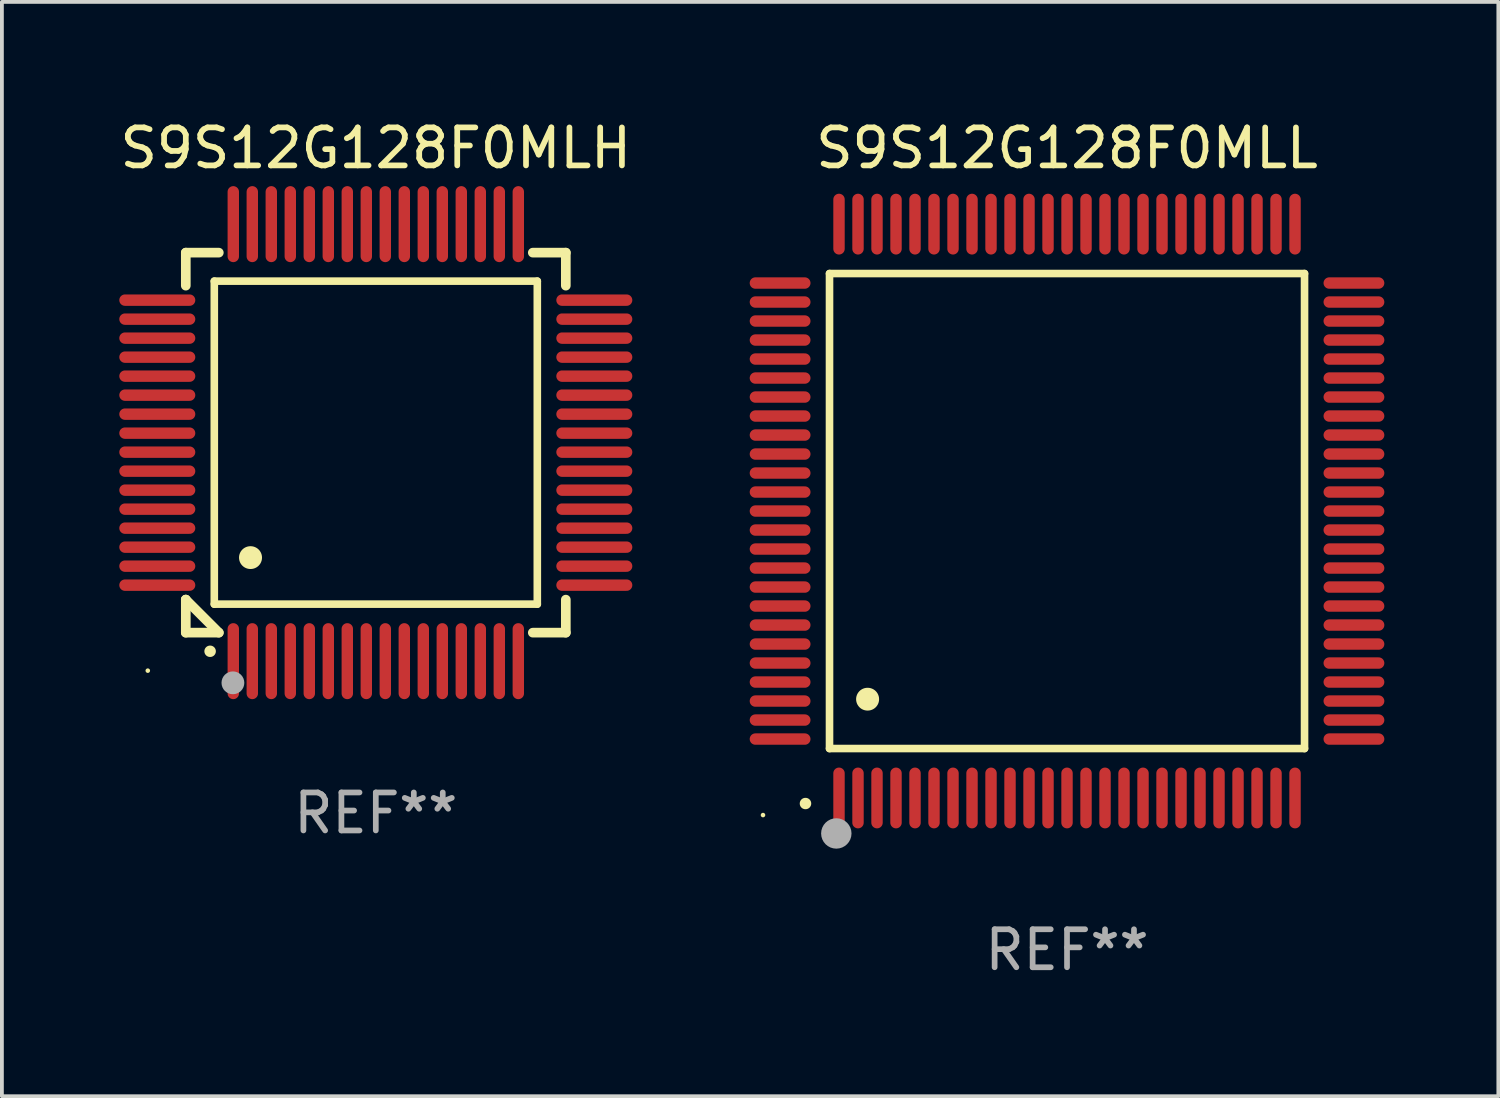
<source format=kicad_pcb>
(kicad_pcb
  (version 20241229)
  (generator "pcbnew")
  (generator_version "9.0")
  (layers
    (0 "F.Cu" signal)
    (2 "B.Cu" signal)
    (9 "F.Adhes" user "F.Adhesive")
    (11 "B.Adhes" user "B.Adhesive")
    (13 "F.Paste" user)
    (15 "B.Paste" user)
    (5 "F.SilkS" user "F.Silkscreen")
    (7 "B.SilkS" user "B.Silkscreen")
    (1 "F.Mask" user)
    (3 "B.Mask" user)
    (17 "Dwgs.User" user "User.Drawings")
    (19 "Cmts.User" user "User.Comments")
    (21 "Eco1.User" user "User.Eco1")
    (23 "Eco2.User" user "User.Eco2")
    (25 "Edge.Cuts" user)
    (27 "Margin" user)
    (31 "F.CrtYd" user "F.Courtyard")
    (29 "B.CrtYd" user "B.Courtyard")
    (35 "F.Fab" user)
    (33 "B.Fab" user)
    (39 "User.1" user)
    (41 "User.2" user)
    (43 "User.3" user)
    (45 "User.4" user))
  (footprint "S9S12G128F0MLH"
    (layer "F.Cu")
    (at 6.839 8.598)
    (property "Reference" "S9S12G128F0MLH" (at 0 -7.75 0) (layer "F.SilkS") (effects (font (size 1 1) (thickness 0.15))))
    (attr through_hole)
    (fp_line (start -5 -5) (end -4.131 -5) (stroke (width 0.254) (type solid)) (layer "F.SilkS"))
    (fp_line (start -5 -4.131) (end -5 -5) (stroke (width 0.254) (type solid)) (layer "F.SilkS"))
    (fp_line (start -5 4.131) (end -5 4.131) (stroke (width 0.254) (type solid)) (layer "F.SilkS"))
    (fp_line (start -5 5) (end -5 4.131) (stroke (width 0.254) (type solid)) (layer "F.SilkS"))
    (fp_line (start -5 4.131) (end -4.131 5) (stroke (width 0.254) (type solid)) (layer "F.SilkS"))
    (fp_line (start -4.25 -4.25) (end -4.25 4.25) (stroke (width 0.2) (type solid)) (layer "F.SilkS"))
    (fp_line (start -4.25 4.25) (end 4.25 4.25) (stroke (width 0.2) (type solid)) (layer "F.SilkS"))
    (fp_line (start -4.131 5) (end -5 5) (stroke (width 0.254) (type solid)) (layer "F.SilkS"))
    (fp_line (start 4.25 -4.25) (end -4.25 -4.25) (stroke (width 0.2) (type solid)) (layer "F.SilkS"))
    (fp_line (start 4.25 4.25) (end 4.25 -4.25) (stroke (width 0.2) (type solid)) (layer "F.SilkS"))
    (fp_line (start 5 -5) (end 4.131 -5) (stroke (width 0.254) (type solid)) (layer "F.SilkS"))
    (fp_line (start 5 -5) (end 5 -4.131) (stroke (width 0.254) (type solid)) (layer "F.SilkS"))
    (fp_line (start 5 4.131) (end 5 5) (stroke (width 0.254) (type solid)) (layer "F.SilkS"))
    (fp_line (start 5 5) (end 4.131 5) (stroke (width 0.254) (type solid)) (layer "F.SilkS"))
    (fp_arc (start -4.361265 5.489992) (mid -4.359995 5.489987) (end -4.358725 5.489992) (stroke (width 0.3) (type solid)) (layer "F.SilkS"))
    (fp_arc (start -3.299467 3.025146) (mid -3.296927 3.025135) (end -3.294387 3.025146) (stroke (width 0.6) (type solid)) (layer "F.SilkS"))
    (fp_circle (center -6 6) (end -5.97 6) (stroke (width 0.06) (type solid)) (fill no) (layer "F.SilkS"))
    (fp_circle (center -3.76 6.32) (end -3.61 6.32) (stroke (width 0.3) (type solid)) (fill no) (layer "F.Fab"))
    (fp_text user "REF**" (at 0 9.75 0) (layer "F.Fab") (effects (font (size 1 1) (thickness 0.15))))
    (pad "1" smd oval (at -3.75 5.75) (size 0.3 2) (layers "F.Cu" "F.Mask" "F.Paste"))
    (pad "2" smd oval (at -3.25 5.75) (size 0.3 2) (layers "F.Cu" "F.Mask" "F.Paste"))
    (pad "3" smd oval (at -2.75 5.75) (size 0.3 2) (layers "F.Cu" "F.Mask" "F.Paste"))
    (pad "4" smd oval (at -2.25 5.75) (size 0.3 2) (layers "F.Cu" "F.Mask" "F.Paste"))
    (pad "5" smd oval (at -1.75 5.75) (size 0.3 2) (layers "F.Cu" "F.Mask" "F.Paste"))
    (pad "6" smd oval (at -1.25 5.75) (size 0.3 2) (layers "F.Cu" "F.Mask" "F.Paste"))
    (pad "7" smd oval (at -0.75 5.75) (size 0.3 2) (layers "F.Cu" "F.Mask" "F.Paste"))
    (pad "8" smd oval (at -0.25 5.75) (size 0.3 2) (layers "F.Cu" "F.Mask" "F.Paste"))
    (pad "9" smd oval (at 0.25 5.75) (size 0.3 2) (layers "F.Cu" "F.Mask" "F.Paste"))
    (pad "10" smd oval (at 0.75 5.75) (size 0.3 2) (layers "F.Cu" "F.Mask" "F.Paste"))
    (pad "11" smd oval (at 1.25 5.75) (size 0.3 2) (layers "F.Cu" "F.Mask" "F.Paste"))
    (pad "12" smd oval (at 1.75 5.75) (size 0.3 2) (layers "F.Cu" "F.Mask" "F.Paste"))
    (pad "13" smd oval (at 2.25 5.75) (size 0.3 2) (layers "F.Cu" "F.Mask" "F.Paste"))
    (pad "14" smd oval (at 2.75 5.75) (size 0.3 2) (layers "F.Cu" "F.Mask" "F.Paste"))
    (pad "15" smd oval (at 3.25 5.75) (size 0.3 2) (layers "F.Cu" "F.Mask" "F.Paste"))
    (pad "16" smd oval (at 3.75 5.75) (size 0.3 2) (layers "F.Cu" "F.Mask" "F.Paste"))
    (pad "17" smd oval (at 5.75 3.75) (size 2 0.3) (layers "F.Cu" "F.Mask" "F.Paste"))
    (pad "18" smd oval (at 5.75 3.25) (size 2 0.3) (layers "F.Cu" "F.Mask" "F.Paste"))
    (pad "19" smd oval (at 5.75 2.75) (size 2 0.3) (layers "F.Cu" "F.Mask" "F.Paste"))
    (pad "20" smd oval (at 5.75 2.25) (size 2 0.3) (layers "F.Cu" "F.Mask" "F.Paste"))
    (pad "21" smd oval (at 5.75 1.75) (size 2 0.3) (layers "F.Cu" "F.Mask" "F.Paste"))
    (pad "22" smd oval (at 5.75 1.25) (size 2 0.3) (layers "F.Cu" "F.Mask" "F.Paste"))
    (pad "23" smd oval (at 5.75 0.75) (size 2 0.3) (layers "F.Cu" "F.Mask" "F.Paste"))
    (pad "24" smd oval (at 5.75 0.25) (size 2 0.3) (layers "F.Cu" "F.Mask" "F.Paste"))
    (pad "25" smd oval (at 5.75 -0.25) (size 2 0.3) (layers "F.Cu" "F.Mask" "F.Paste"))
    (pad "26" smd oval (at 5.75 -0.75) (size 2 0.3) (layers "F.Cu" "F.Mask" "F.Paste"))
    (pad "27" smd oval (at 5.75 -1.25) (size 2 0.3) (layers "F.Cu" "F.Mask" "F.Paste"))
    (pad "28" smd oval (at 5.75 -1.75) (size 2 0.3) (layers "F.Cu" "F.Mask" "F.Paste"))
    (pad "29" smd oval (at 5.75 -2.25) (size 2 0.3) (layers "F.Cu" "F.Mask" "F.Paste"))
    (pad "30" smd oval (at 5.75 -2.75) (size 2 0.3) (layers "F.Cu" "F.Mask" "F.Paste"))
    (pad "31" smd oval (at 5.75 -3.25) (size 2 0.3) (layers "F.Cu" "F.Mask" "F.Paste"))
    (pad "32" smd oval (at 5.75 -3.75) (size 2 0.3) (layers "F.Cu" "F.Mask" "F.Paste"))
    (pad "33" smd oval (at 3.75 -5.75) (size 0.3 2) (layers "F.Cu" "F.Mask" "F.Paste"))
    (pad "34" smd oval (at 3.25 -5.75) (size 0.3 2) (layers "F.Cu" "F.Mask" "F.Paste"))
    (pad "35" smd oval (at 2.75 -5.75) (size 0.3 2) (layers "F.Cu" "F.Mask" "F.Paste"))
    (pad "36" smd oval (at 2.25 -5.75) (size 0.3 2) (layers "F.Cu" "F.Mask" "F.Paste"))
    (pad "37" smd oval (at 1.75 -5.75) (size 0.3 2) (layers "F.Cu" "F.Mask" "F.Paste"))
    (pad "38" smd oval (at 1.25 -5.75) (size 0.3 2) (layers "F.Cu" "F.Mask" "F.Paste"))
    (pad "39" smd oval (at 0.75 -5.75) (size 0.3 2) (layers "F.Cu" "F.Mask" "F.Paste"))
    (pad "40" smd oval (at 0.25 -5.75) (size 0.3 2) (layers "F.Cu" "F.Mask" "F.Paste"))
    (pad "41" smd oval (at -0.25 -5.75) (size 0.3 2) (layers "F.Cu" "F.Mask" "F.Paste"))
    (pad "42" smd oval (at -0.75 -5.75) (size 0.3 2) (layers "F.Cu" "F.Mask" "F.Paste"))
    (pad "43" smd oval (at -1.25 -5.75) (size 0.3 2) (layers "F.Cu" "F.Mask" "F.Paste"))
    (pad "44" smd oval (at -1.75 -5.75) (size 0.3 2) (layers "F.Cu" "F.Mask" "F.Paste"))
    (pad "45" smd oval (at -2.25 -5.75) (size 0.3 2) (layers "F.Cu" "F.Mask" "F.Paste"))
    (pad "46" smd oval (at -2.75 -5.75) (size 0.3 2) (layers "F.Cu" "F.Mask" "F.Paste"))
    (pad "47" smd oval (at -3.25 -5.75) (size 0.3 2) (layers "F.Cu" "F.Mask" "F.Paste"))
    (pad "48" smd oval (at -3.75 -5.75) (size 0.3 2) (layers "F.Cu" "F.Mask" "F.Paste"))
    (pad "49" smd oval (at -5.75 -3.75) (size 2 0.3) (layers "F.Cu" "F.Mask" "F.Paste"))
    (pad "50" smd oval (at -5.75 -3.25) (size 2 0.3) (layers "F.Cu" "F.Mask" "F.Paste"))
    (pad "51" smd oval (at -5.75 -2.75) (size 2 0.3) (layers "F.Cu" "F.Mask" "F.Paste"))
    (pad "52" smd oval (at -5.75 -2.25) (size 2 0.3) (layers "F.Cu" "F.Mask" "F.Paste"))
    (pad "53" smd oval (at -5.75 -1.75) (size 2 0.3) (layers "F.Cu" "F.Mask" "F.Paste"))
    (pad "54" smd oval (at -5.75 -1.25) (size 2 0.3) (layers "F.Cu" "F.Mask" "F.Paste"))
    (pad "55" smd oval (at -5.75 -0.75) (size 2 0.3) (layers "F.Cu" "F.Mask" "F.Paste"))
    (pad "56" smd oval (at -5.75 -0.25) (size 2 0.3) (layers "F.Cu" "F.Mask" "F.Paste"))
    (pad "57" smd oval (at -5.75 0.25) (size 2 0.3) (layers "F.Cu" "F.Mask" "F.Paste"))
    (pad "58" smd oval (at -5.75 0.75) (size 2 0.3) (layers "F.Cu" "F.Mask" "F.Paste"))
    (pad "59" smd oval (at -5.75 1.25) (size 2 0.3) (layers "F.Cu" "F.Mask" "F.Paste"))
    (pad "60" smd oval (at -5.75 1.75) (size 2 0.3) (layers "F.Cu" "F.Mask" "F.Paste"))
    (pad "61" smd oval (at -5.75 2.25) (size 2 0.3) (layers "F.Cu" "F.Mask" "F.Paste"))
    (pad "62" smd oval (at -5.75 2.75) (size 2 0.3) (layers "F.Cu" "F.Mask" "F.Paste"))
    (pad "63" smd oval (at -5.75 3.25) (size 2 0.3) (layers "F.Cu" "F.Mask" "F.Paste"))
    (pad "64" smd oval (at -5.75 3.75) (size 2 0.3) (layers "F.Cu" "F.Mask" "F.Paste")))
  (footprint "S9S12G128F0MLL"
    (layer "F.Cu")
    (at 25.028 10.398)
    (property "Reference" "S9S12G128F0MLL" (at 0 -9.55 0) (layer "F.SilkS") (effects (font (size 1 1) (thickness 0.15))))
    (attr through_hole)
    (fp_line (start -6.25 -6.25) (end -6.25 6.25) (stroke (width 0.2) (type solid)) (layer "F.SilkS"))
    (fp_line (start -6.25 6.25) (end 6.25 6.25) (stroke (width 0.2) (type solid)) (layer "F.SilkS"))
    (fp_line (start 6.25 -6.25) (end -6.25 -6.25) (stroke (width 0.2) (type solid)) (layer "F.SilkS"))
    (fp_line (start 6.25 6.25) (end 6.25 -6.25) (stroke (width 0.2) (type solid)) (layer "F.SilkS"))
    (fp_arc (start -6.883414 7.696215) (mid -6.882144 7.69621) (end -6.880874 7.696215) (stroke (width 0.3) (type solid)) (layer "F.SilkS"))
    (fp_arc (start -5.250191 4.95047) (mid -5.247651 4.950459) (end -5.245111 4.95047) (stroke (width 0.6) (type solid)) (layer "F.SilkS"))
    (fp_circle (center -8 8) (end -7.97 8) (stroke (width 0.06) (type solid)) (fill no) (layer "F.SilkS"))
    (fp_circle (center -6.071 8.484) (end -5.871 8.484) (stroke (width 0.4) (type solid)) (fill no) (layer "F.Fab"))
    (fp_text user "REF**" (at 0 11.55 0) (layer "F.Fab") (effects (font (size 1 1) (thickness 0.15))))
    (pad "1" smd oval (at -6 7.55) (size 0.3 1.6) (layers "F.Cu" "F.Mask" "F.Paste"))
    (pad "2" smd oval (at -5.5 7.55) (size 0.3 1.6) (layers "F.Cu" "F.Mask" "F.Paste"))
    (pad "3" smd oval (at -5 7.55) (size 0.3 1.6) (layers "F.Cu" "F.Mask" "F.Paste"))
    (pad "4" smd oval (at -4.5 7.55) (size 0.3 1.6) (layers "F.Cu" "F.Mask" "F.Paste"))
    (pad "5" smd oval (at -4 7.55) (size 0.3 1.6) (layers "F.Cu" "F.Mask" "F.Paste"))
    (pad "6" smd oval (at -3.5 7.55) (size 0.3 1.6) (layers "F.Cu" "F.Mask" "F.Paste"))
    (pad "7" smd oval (at -3 7.55) (size 0.3 1.6) (layers "F.Cu" "F.Mask" "F.Paste"))
    (pad "8" smd oval (at -2.5 7.55) (size 0.3 1.6) (layers "F.Cu" "F.Mask" "F.Paste"))
    (pad "9" smd oval (at -2 7.55) (size 0.3 1.6) (layers "F.Cu" "F.Mask" "F.Paste"))
    (pad "10" smd oval (at -1.5 7.55) (size 0.3 1.6) (layers "F.Cu" "F.Mask" "F.Paste"))
    (pad "11" smd oval (at -1 7.55) (size 0.3 1.6) (layers "F.Cu" "F.Mask" "F.Paste"))
    (pad "12" smd oval (at -0.5 7.55) (size 0.3 1.6) (layers "F.Cu" "F.Mask" "F.Paste"))
    (pad "13" smd oval (at 0 7.55) (size 0.3 1.6) (layers "F.Cu" "F.Mask" "F.Paste"))
    (pad "14" smd oval (at 0.5 7.55) (size 0.3 1.6) (layers "F.Cu" "F.Mask" "F.Paste"))
    (pad "15" smd oval (at 1 7.55) (size 0.3 1.6) (layers "F.Cu" "F.Mask" "F.Paste"))
    (pad "16" smd oval (at 1.5 7.55) (size 0.3 1.6) (layers "F.Cu" "F.Mask" "F.Paste"))
    (pad "17" smd oval (at 2 7.55) (size 0.3 1.6) (layers "F.Cu" "F.Mask" "F.Paste"))
    (pad "18" smd oval (at 2.5 7.55) (size 0.3 1.6) (layers "F.Cu" "F.Mask" "F.Paste"))
    (pad "19" smd oval (at 3 7.55) (size 0.3 1.6) (layers "F.Cu" "F.Mask" "F.Paste"))
    (pad "20" smd oval (at 3.5 7.55) (size 0.3 1.6) (layers "F.Cu" "F.Mask" "F.Paste"))
    (pad "21" smd oval (at 4 7.55) (size 0.3 1.6) (layers "F.Cu" "F.Mask" "F.Paste"))
    (pad "22" smd oval (at 4.5 7.55) (size 0.3 1.6) (layers "F.Cu" "F.Mask" "F.Paste"))
    (pad "23" smd oval (at 5 7.55) (size 0.3 1.6) (layers "F.Cu" "F.Mask" "F.Paste"))
    (pad "24" smd oval (at 5.5 7.55) (size 0.3 1.6) (layers "F.Cu" "F.Mask" "F.Paste"))
    (pad "25" smd oval (at 6 7.55) (size 0.3 1.6) (layers "F.Cu" "F.Mask" "F.Paste"))
    (pad "26" smd oval (at 7.55 6) (size 1.6 0.3) (layers "F.Cu" "F.Mask" "F.Paste"))
    (pad "27" smd oval (at 7.55 5.5) (size 1.6 0.3) (layers "F.Cu" "F.Mask" "F.Paste"))
    (pad "28" smd oval (at 7.55 5) (size 1.6 0.3) (layers "F.Cu" "F.Mask" "F.Paste"))
    (pad "29" smd oval (at 7.55 4.5) (size 1.6 0.3) (layers "F.Cu" "F.Mask" "F.Paste"))
    (pad "30" smd oval (at 7.55 4) (size 1.6 0.3) (layers "F.Cu" "F.Mask" "F.Paste"))
    (pad "31" smd oval (at 7.55 3.5) (size 1.6 0.3) (layers "F.Cu" "F.Mask" "F.Paste"))
    (pad "32" smd oval (at 7.55 3) (size 1.6 0.3) (layers "F.Cu" "F.Mask" "F.Paste"))
    (pad "33" smd oval (at 7.55 2.5) (size 1.6 0.3) (layers "F.Cu" "F.Mask" "F.Paste"))
    (pad "34" smd oval (at 7.55 2) (size 1.6 0.3) (layers "F.Cu" "F.Mask" "F.Paste"))
    (pad "35" smd oval (at 7.55 1.5) (size 1.6 0.3) (layers "F.Cu" "F.Mask" "F.Paste"))
    (pad "36" smd oval (at 7.55 1) (size 1.6 0.3) (layers "F.Cu" "F.Mask" "F.Paste"))
    (pad "37" smd oval (at 7.55 0.5) (size 1.6 0.3) (layers "F.Cu" "F.Mask" "F.Paste"))
    (pad "38" smd oval (at 7.55 0) (size 1.6 0.3) (layers "F.Cu" "F.Mask" "F.Paste"))
    (pad "39" smd oval (at 7.55 -0.5) (size 1.6 0.3) (layers "F.Cu" "F.Mask" "F.Paste"))
    (pad "40" smd oval (at 7.55 -1) (size 1.6 0.3) (layers "F.Cu" "F.Mask" "F.Paste"))
    (pad "41" smd oval (at 7.55 -1.5) (size 1.6 0.3) (layers "F.Cu" "F.Mask" "F.Paste"))
    (pad "42" smd oval (at 7.55 -2) (size 1.6 0.3) (layers "F.Cu" "F.Mask" "F.Paste"))
    (pad "43" smd oval (at 7.55 -2.5) (size 1.6 0.3) (layers "F.Cu" "F.Mask" "F.Paste"))
    (pad "44" smd oval (at 7.55 -3) (size 1.6 0.3) (layers "F.Cu" "F.Mask" "F.Paste"))
    (pad "45" smd oval (at 7.55 -3.5) (size 1.6 0.3) (layers "F.Cu" "F.Mask" "F.Paste"))
    (pad "46" smd oval (at 7.55 -4) (size 1.6 0.3) (layers "F.Cu" "F.Mask" "F.Paste"))
    (pad "47" smd oval (at 7.55 -4.5) (size 1.6 0.3) (layers "F.Cu" "F.Mask" "F.Paste"))
    (pad "48" smd oval (at 7.55 -5) (size 1.6 0.3) (layers "F.Cu" "F.Mask" "F.Paste"))
    (pad "49" smd oval (at 7.55 -5.5) (size 1.6 0.3) (layers "F.Cu" "F.Mask" "F.Paste"))
    (pad "50" smd oval (at 7.55 -6) (size 1.6 0.3) (layers "F.Cu" "F.Mask" "F.Paste"))
    (pad "51" smd oval (at 6 -7.55) (size 0.3 1.6) (layers "F.Cu" "F.Mask" "F.Paste"))
    (pad "52" smd oval (at 5.5 -7.55) (size 0.3 1.6) (layers "F.Cu" "F.Mask" "F.Paste"))
    (pad "53" smd oval (at 5 -7.55) (size 0.3 1.6) (layers "F.Cu" "F.Mask" "F.Paste"))
    (pad "54" smd oval (at 4.5 -7.55) (size 0.3 1.6) (layers "F.Cu" "F.Mask" "F.Paste"))
    (pad "55" smd oval (at 4 -7.55) (size 0.3 1.6) (layers "F.Cu" "F.Mask" "F.Paste"))
    (pad "56" smd oval (at 3.5 -7.55) (size 0.3 1.6) (layers "F.Cu" "F.Mask" "F.Paste"))
    (pad "57" smd oval (at 3 -7.55) (size 0.3 1.6) (layers "F.Cu" "F.Mask" "F.Paste"))
    (pad "58" smd oval (at 2.5 -7.55) (size 0.3 1.6) (layers "F.Cu" "F.Mask" "F.Paste"))
    (pad "59" smd oval (at 2 -7.55) (size 0.3 1.6) (layers "F.Cu" "F.Mask" "F.Paste"))
    (pad "60" smd oval (at 1.5 -7.55) (size 0.3 1.6) (layers "F.Cu" "F.Mask" "F.Paste"))
    (pad "61" smd oval (at 1 -7.55) (size 0.3 1.6) (layers "F.Cu" "F.Mask" "F.Paste"))
    (pad "62" smd oval (at 0.5 -7.55) (size 0.3 1.6) (layers "F.Cu" "F.Mask" "F.Paste"))
    (pad "63" smd oval (at 0 -7.55) (size 0.3 1.6) (layers "F.Cu" "F.Mask" "F.Paste"))
    (pad "64" smd oval (at -0.5 -7.55) (size 0.3 1.6) (layers "F.Cu" "F.Mask" "F.Paste"))
    (pad "65" smd oval (at -1 -7.55) (size 0.3 1.6) (layers "F.Cu" "F.Mask" "F.Paste"))
    (pad "66" smd oval (at -1.5 -7.55) (size 0.3 1.6) (layers "F.Cu" "F.Mask" "F.Paste"))
    (pad "67" smd oval (at -2 -7.55) (size 0.3 1.6) (layers "F.Cu" "F.Mask" "F.Paste"))
    (pad "68" smd oval (at -2.5 -7.55) (size 0.3 1.6) (layers "F.Cu" "F.Mask" "F.Paste"))
    (pad "69" smd oval (at -3 -7.55) (size 0.3 1.6) (layers "F.Cu" "F.Mask" "F.Paste"))
    (pad "70" smd oval (at -3.5 -7.55) (size 0.3 1.6) (layers "F.Cu" "F.Mask" "F.Paste"))
    (pad "71" smd oval (at -4 -7.55) (size 0.3 1.6) (layers "F.Cu" "F.Mask" "F.Paste"))
    (pad "72" smd oval (at -4.5 -7.55) (size 0.3 1.6) (layers "F.Cu" "F.Mask" "F.Paste"))
    (pad "73" smd oval (at -5 -7.55) (size 0.3 1.6) (layers "F.Cu" "F.Mask" "F.Paste"))
    (pad "74" smd oval (at -5.5 -7.55) (size 0.3 1.6) (layers "F.Cu" "F.Mask" "F.Paste"))
    (pad "75" smd oval (at -6 -7.55) (size 0.3 1.6) (layers "F.Cu" "F.Mask" "F.Paste"))
    (pad "76" smd oval (at -7.55 -6) (size 1.6 0.3) (layers "F.Cu" "F.Mask" "F.Paste"))
    (pad "77" smd oval (at -7.55 -5.5) (size 1.6 0.3) (layers "F.Cu" "F.Mask" "F.Paste"))
    (pad "78" smd oval (at -7.55 -5) (size 1.6 0.3) (layers "F.Cu" "F.Mask" "F.Paste"))
    (pad "79" smd oval (at -7.55 -4.5) (size 1.6 0.3) (layers "F.Cu" "F.Mask" "F.Paste"))
    (pad "80" smd oval (at -7.55 -4) (size 1.6 0.3) (layers "F.Cu" "F.Mask" "F.Paste"))
    (pad "81" smd oval (at -7.55 -3.5) (size 1.6 0.3) (layers "F.Cu" "F.Mask" "F.Paste"))
    (pad "82" smd oval (at -7.55 -3) (size 1.6 0.3) (layers "F.Cu" "F.Mask" "F.Paste"))
    (pad "83" smd oval (at -7.55 -2.5) (size 1.6 0.3) (layers "F.Cu" "F.Mask" "F.Paste"))
    (pad "84" smd oval (at -7.55 -2) (size 1.6 0.3) (layers "F.Cu" "F.Mask" "F.Paste"))
    (pad "85" smd oval (at -7.55 -1.5) (size 1.6 0.3) (layers "F.Cu" "F.Mask" "F.Paste"))
    (pad "86" smd oval (at -7.55 -1) (size 1.6 0.3) (layers "F.Cu" "F.Mask" "F.Paste"))
    (pad "87" smd oval (at -7.55 -0.5) (size 1.6 0.3) (layers "F.Cu" "F.Mask" "F.Paste"))
    (pad "88" smd oval (at -7.55 0) (size 1.6 0.3) (layers "F.Cu" "F.Mask" "F.Paste"))
    (pad "89" smd oval (at -7.55 0.5) (size 1.6 0.3) (layers "F.Cu" "F.Mask" "F.Paste"))
    (pad "90" smd oval (at -7.55 1) (size 1.6 0.3) (layers "F.Cu" "F.Mask" "F.Paste"))
    (pad "91" smd oval (at -7.55 1.5) (size 1.6 0.3) (layers "F.Cu" "F.Mask" "F.Paste"))
    (pad "92" smd oval (at -7.55 2) (size 1.6 0.3) (layers "F.Cu" "F.Mask" "F.Paste"))
    (pad "93" smd oval (at -7.55 2.5) (size 1.6 0.3) (layers "F.Cu" "F.Mask" "F.Paste"))
    (pad "94" smd oval (at -7.55 3) (size 1.6 0.3) (layers "F.Cu" "F.Mask" "F.Paste"))
    (pad "95" smd oval (at -7.55 3.5) (size 1.6 0.3) (layers "F.Cu" "F.Mask" "F.Paste"))
    (pad "96" smd oval (at -7.55 4) (size 1.6 0.3) (layers "F.Cu" "F.Mask" "F.Paste"))
    (pad "97" smd oval (at -7.55 4.5) (size 1.6 0.3) (layers "F.Cu" "F.Mask" "F.Paste"))
    (pad "98" smd oval (at -7.55 5) (size 1.6 0.3) (layers "F.Cu" "F.Mask" "F.Paste"))
    (pad "99" smd oval (at -7.55 5.5) (size 1.6 0.3) (layers "F.Cu" "F.Mask" "F.Paste"))
    (pad "100" smd oval (at -7.55 6) (size 1.6 0.3) (layers "F.Cu" "F.Mask" "F.Paste")))
  (gr_rect
    (start -3 -3)
    (end 36.378 25.796)
    (stroke (width 0.1) (type default))
    (fill no)
    (layer "Edge.Cuts")))
</source>
